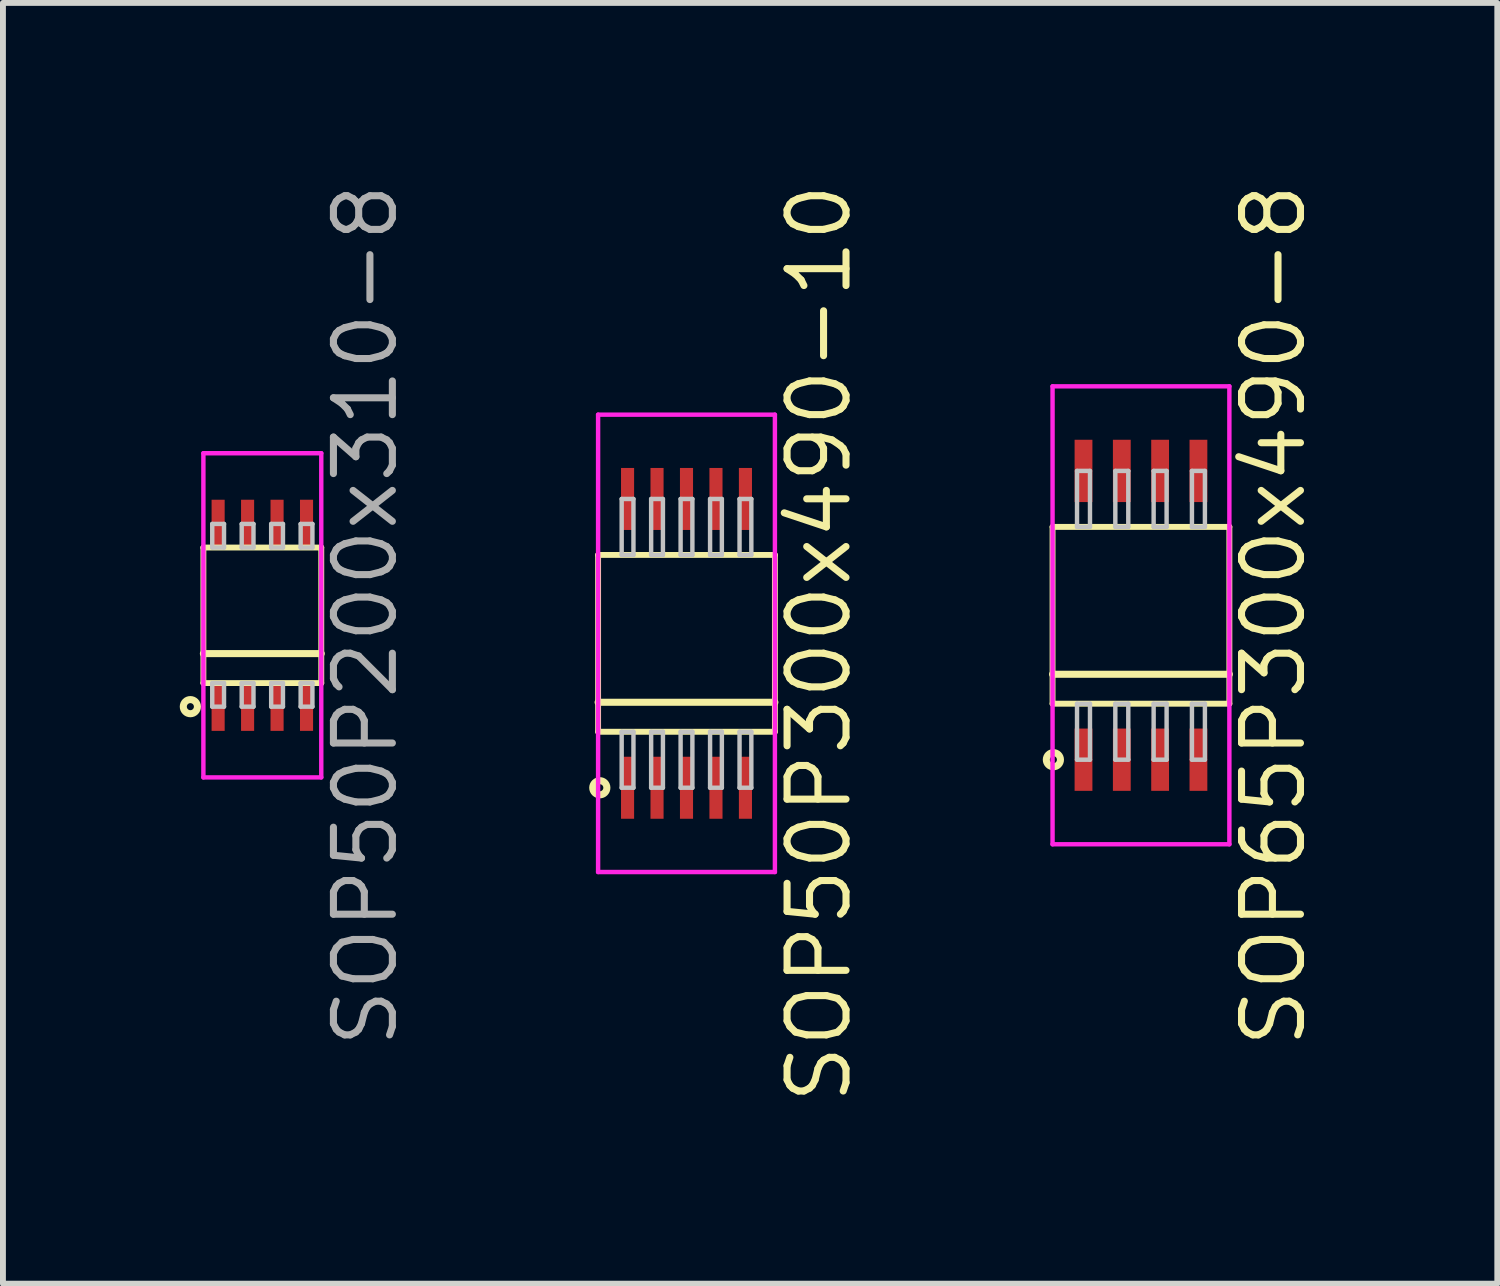
<source format=kicad_pcb>
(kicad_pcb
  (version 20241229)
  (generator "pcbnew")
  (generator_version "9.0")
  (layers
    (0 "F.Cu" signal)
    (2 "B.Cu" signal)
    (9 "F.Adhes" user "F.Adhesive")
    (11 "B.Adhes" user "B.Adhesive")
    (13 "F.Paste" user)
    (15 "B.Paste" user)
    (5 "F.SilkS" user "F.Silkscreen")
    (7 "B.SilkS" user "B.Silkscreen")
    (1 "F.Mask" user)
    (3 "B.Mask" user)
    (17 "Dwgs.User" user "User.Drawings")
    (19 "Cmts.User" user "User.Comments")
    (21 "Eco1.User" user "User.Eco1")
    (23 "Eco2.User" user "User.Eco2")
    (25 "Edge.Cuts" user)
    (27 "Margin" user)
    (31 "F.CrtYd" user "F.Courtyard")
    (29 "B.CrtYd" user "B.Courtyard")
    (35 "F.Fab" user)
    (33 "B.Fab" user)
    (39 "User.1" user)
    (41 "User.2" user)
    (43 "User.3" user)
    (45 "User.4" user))
  (footprint "SOP65P300x490-8"
    (layer "F.Cu")
    (at 16.309 7.39)
    (property "Reference" "SOP65P300x490-8" (at 2.25 0 90) (layer "F.SilkS") (effects (font (size 1 1) (thickness 0.12))))
    (attr through_hole)
    (fp_line (start -1.5 -1.5) (end -1.5 1.5) (stroke (width 0.1) (type solid)) (layer "F.SilkS"))
    (fp_line (start -1.5 1) (end 1.5 1) (stroke (width 0.12) (type solid)) (layer "F.SilkS"))
    (fp_line (start -1.5 1.5) (end 1.5 1.5) (stroke (width 0.1) (type solid)) (layer "F.SilkS"))
    (fp_line (start 1.5 -1.5) (end -1.5 -1.5) (stroke (width 0.1) (type solid)) (layer "F.SilkS"))
    (fp_line (start 1.5 1.5) (end 1.5 -1.5) (stroke (width 0.1) (type solid)) (layer "F.SilkS"))
    (fp_circle (center -1.486 2.45) (end -1.366 2.45) (stroke (width 0.12) (type solid)) (fill no) (layer "F.SilkS"))
    (fp_line (start -1.085 -2.45) (end -1.085 -1.5) (stroke (width 0.075) (type solid)) (layer "Dwgs.User"))
    (fp_line (start -1.085 -1.5) (end -0.865 -1.5) (stroke (width 0.075) (type solid)) (layer "Dwgs.User"))
    (fp_line (start -1.085 1.5) (end -0.865 1.5) (stroke (width 0.075) (type solid)) (layer "Dwgs.User"))
    (fp_line (start -1.085 2.45) (end -1.085 1.5) (stroke (width 0.075) (type solid)) (layer "Dwgs.User"))
    (fp_line (start -0.865 -2.45) (end -1.085 -2.45) (stroke (width 0.075) (type solid)) (layer "Dwgs.User"))
    (fp_line (start -0.865 -1.5) (end -0.865 -2.45) (stroke (width 0.075) (type solid)) (layer "Dwgs.User"))
    (fp_line (start -0.865 1.5) (end -0.865 2.45) (stroke (width 0.075) (type solid)) (layer "Dwgs.User"))
    (fp_line (start -0.865 2.45) (end -1.085 2.45) (stroke (width 0.075) (type solid)) (layer "Dwgs.User"))
    (fp_line (start -0.435 -2.45) (end -0.435 -1.5) (stroke (width 0.075) (type solid)) (layer "Dwgs.User"))
    (fp_line (start -0.435 -1.5) (end -0.215 -1.5) (stroke (width 0.075) (type solid)) (layer "Dwgs.User"))
    (fp_line (start -0.435 1.5) (end -0.215 1.5) (stroke (width 0.075) (type solid)) (layer "Dwgs.User"))
    (fp_line (start -0.435 2.45) (end -0.435 1.5) (stroke (width 0.075) (type solid)) (layer "Dwgs.User"))
    (fp_line (start -0.215 -2.45) (end -0.435 -2.45) (stroke (width 0.075) (type solid)) (layer "Dwgs.User"))
    (fp_line (start -0.215 -1.5) (end -0.215 -2.45) (stroke (width 0.075) (type solid)) (layer "Dwgs.User"))
    (fp_line (start -0.215 1.5) (end -0.215 2.45) (stroke (width 0.075) (type solid)) (layer "Dwgs.User"))
    (fp_line (start -0.215 2.45) (end -0.435 2.45) (stroke (width 0.075) (type solid)) (layer "Dwgs.User"))
    (fp_line (start 0.215 -2.45) (end 0.215 -1.5) (stroke (width 0.075) (type solid)) (layer "Dwgs.User"))
    (fp_line (start 0.215 -1.5) (end 0.435 -1.5) (stroke (width 0.075) (type solid)) (layer "Dwgs.User"))
    (fp_line (start 0.215 1.5) (end 0.435 1.5) (stroke (width 0.075) (type solid)) (layer "Dwgs.User"))
    (fp_line (start 0.215 2.45) (end 0.215 1.5) (stroke (width 0.075) (type solid)) (layer "Dwgs.User"))
    (fp_line (start 0.435 -2.45) (end 0.215 -2.45) (stroke (width 0.075) (type solid)) (layer "Dwgs.User"))
    (fp_line (start 0.435 -1.5) (end 0.435 -2.45) (stroke (width 0.075) (type solid)) (layer "Dwgs.User"))
    (fp_line (start 0.435 1.5) (end 0.435 2.45) (stroke (width 0.075) (type solid)) (layer "Dwgs.User"))
    (fp_line (start 0.435 2.45) (end 0.215 2.45) (stroke (width 0.075) (type solid)) (layer "Dwgs.User"))
    (fp_line (start 0.865 -2.45) (end 0.865 -1.5) (stroke (width 0.075) (type solid)) (layer "Dwgs.User"))
    (fp_line (start 0.865 -1.5) (end 1.085 -1.5) (stroke (width 0.075) (type solid)) (layer "Dwgs.User"))
    (fp_line (start 0.865 1.5) (end 1.085 1.5) (stroke (width 0.075) (type solid)) (layer "Dwgs.User"))
    (fp_line (start 0.865 2.45) (end 0.865 1.5) (stroke (width 0.075) (type solid)) (layer "Dwgs.User"))
    (fp_line (start 1.085 -2.45) (end 0.865 -2.45) (stroke (width 0.075) (type solid)) (layer "Dwgs.User"))
    (fp_line (start 1.085 -1.5) (end 1.085 -2.45) (stroke (width 0.075) (type solid)) (layer "Dwgs.User"))
    (fp_line (start 1.085 1.5) (end 1.085 2.45) (stroke (width 0.075) (type solid)) (layer "Dwgs.User"))
    (fp_line (start 1.085 2.45) (end 0.865 2.45) (stroke (width 0.075) (type solid)) (layer "Dwgs.User"))
    (fp_line (start -0.75 0) (end 0.75 0) (stroke (width 0.12) (type solid)) (layer "Eco1.User"))
    (fp_line (start 0 -0.75) (end 0 0.75) (stroke (width 0.12) (type solid)) (layer "Eco1.User"))
    (fp_circle (center 0 0) (end 0.5 0) (stroke (width 0.12) (type solid)) (fill no) (layer "Eco1.User"))
    (fp_line (start -1.5 -3.885) (end -1.5 3.885) (stroke (width 0.075) (type solid)) (layer "F.CrtYd"))
    (fp_line (start -1.5 3.885) (end 1.5 3.885) (stroke (width 0.075) (type solid)) (layer "F.CrtYd"))
    (fp_line (start 1.5 -3.885) (end -1.5 -3.885) (stroke (width 0.075) (type solid)) (layer "F.CrtYd"))
    (fp_line (start 1.5 3.885) (end 1.5 -3.885) (stroke (width 0.075) (type solid)) (layer "F.CrtYd"))
    (pad "1" smd rect (at -0.975 2.45) (size 0.302 1.057) (layers "F.Cu" "F.Mask" "F.Paste"))
    (pad "2" smd rect (at -0.325 2.45) (size 0.302 1.057) (layers "F.Cu" "F.Mask" "F.Paste"))
    (pad "3" smd rect (at 0.325 2.45) (size 0.302 1.057) (layers "F.Cu" "F.Mask" "F.Paste"))
    (pad "4" smd rect (at 0.975 2.45) (size 0.302 1.057) (layers "F.Cu" "F.Mask" "F.Paste"))
    (pad "5" smd rect (at 0.975 -2.45) (size 0.302 1.057) (layers "F.Cu" "F.Mask" "F.Paste"))
    (pad "6" smd rect (at 0.325 -2.45) (size 0.302 1.057) (layers "F.Cu" "F.Mask" "F.Paste"))
    (pad "7" smd rect (at -0.325 -2.45) (size 0.302 1.057) (layers "F.Cu" "F.Mask" "F.Paste"))
    (pad "8" smd rect (at -0.975 -2.45) (size 0.302 1.057) (layers "F.Cu" "F.Mask" "F.Paste")))
  (footprint "SOP50P200x310-8"
    (layer "F.Cu")
    (at 1.401 7.39)
    (property "Reference" "SOP50P200x310-8" (at 1.75 0 90) (layer "F.Fab") (effects (font (size 1 1) (thickness 0.12))))
    (attr through_hole)
    (fp_line (start -1 -1.15) (end -1 1.15) (stroke (width 0.1) (type solid)) (layer "F.SilkS"))
    (fp_line (start -1 0.65) (end 1 0.65) (stroke (width 0.12) (type solid)) (layer "F.SilkS"))
    (fp_line (start -1 1.15) (end 1 1.15) (stroke (width 0.1) (type solid)) (layer "F.SilkS"))
    (fp_line (start 1 -1.15) (end -1 -1.15) (stroke (width 0.1) (type solid)) (layer "F.SilkS"))
    (fp_line (start 1 1.15) (end 1 -1.15) (stroke (width 0.1) (type solid)) (layer "F.SilkS"))
    (fp_circle (center -1.221 1.55) (end -1.101 1.55) (stroke (width 0.12) (type solid)) (fill no) (layer "F.SilkS"))
    (fp_line (start -0.85 -1.55) (end -0.85 -1.15) (stroke (width 0.075) (type solid)) (layer "Dwgs.User"))
    (fp_line (start -0.85 -1.15) (end -0.65 -1.15) (stroke (width 0.075) (type solid)) (layer "Dwgs.User"))
    (fp_line (start -0.85 1.15) (end -0.65 1.15) (stroke (width 0.075) (type solid)) (layer "Dwgs.User"))
    (fp_line (start -0.85 1.55) (end -0.85 1.15) (stroke (width 0.075) (type solid)) (layer "Dwgs.User"))
    (fp_line (start -0.65 -1.55) (end -0.85 -1.55) (stroke (width 0.075) (type solid)) (layer "Dwgs.User"))
    (fp_line (start -0.65 -1.15) (end -0.65 -1.55) (stroke (width 0.075) (type solid)) (layer "Dwgs.User"))
    (fp_line (start -0.65 1.15) (end -0.65 1.55) (stroke (width 0.075) (type solid)) (layer "Dwgs.User"))
    (fp_line (start -0.65 1.55) (end -0.85 1.55) (stroke (width 0.075) (type solid)) (layer "Dwgs.User"))
    (fp_line (start -0.35 -1.55) (end -0.35 -1.15) (stroke (width 0.075) (type solid)) (layer "Dwgs.User"))
    (fp_line (start -0.35 -1.15) (end -0.15 -1.15) (stroke (width 0.075) (type solid)) (layer "Dwgs.User"))
    (fp_line (start -0.35 1.15) (end -0.15 1.15) (stroke (width 0.075) (type solid)) (layer "Dwgs.User"))
    (fp_line (start -0.35 1.55) (end -0.35 1.15) (stroke (width 0.075) (type solid)) (layer "Dwgs.User"))
    (fp_line (start -0.15 -1.55) (end -0.35 -1.55) (stroke (width 0.075) (type solid)) (layer "Dwgs.User"))
    (fp_line (start -0.15 -1.15) (end -0.15 -1.55) (stroke (width 0.075) (type solid)) (layer "Dwgs.User"))
    (fp_line (start -0.15 1.15) (end -0.15 1.55) (stroke (width 0.075) (type solid)) (layer "Dwgs.User"))
    (fp_line (start -0.15 1.55) (end -0.35 1.55) (stroke (width 0.075) (type solid)) (layer "Dwgs.User"))
    (fp_line (start 0.15 -1.55) (end 0.15 -1.15) (stroke (width 0.075) (type solid)) (layer "Dwgs.User"))
    (fp_line (start 0.15 -1.15) (end 0.35 -1.15) (stroke (width 0.075) (type solid)) (layer "Dwgs.User"))
    (fp_line (start 0.15 1.15) (end 0.35 1.15) (stroke (width 0.075) (type solid)) (layer "Dwgs.User"))
    (fp_line (start 0.15 1.55) (end 0.15 1.15) (stroke (width 0.075) (type solid)) (layer "Dwgs.User"))
    (fp_line (start 0.35 -1.55) (end 0.15 -1.55) (stroke (width 0.075) (type solid)) (layer "Dwgs.User"))
    (fp_line (start 0.35 -1.15) (end 0.35 -1.55) (stroke (width 0.075) (type solid)) (layer "Dwgs.User"))
    (fp_line (start 0.35 1.15) (end 0.35 1.55) (stroke (width 0.075) (type solid)) (layer "Dwgs.User"))
    (fp_line (start 0.35 1.55) (end 0.15 1.55) (stroke (width 0.075) (type solid)) (layer "Dwgs.User"))
    (fp_line (start 0.65 -1.55) (end 0.65 -1.15) (stroke (width 0.075) (type solid)) (layer "Dwgs.User"))
    (fp_line (start 0.65 -1.15) (end 0.85 -1.15) (stroke (width 0.075) (type solid)) (layer "Dwgs.User"))
    (fp_line (start 0.65 1.15) (end 0.85 1.15) (stroke (width 0.075) (type solid)) (layer "Dwgs.User"))
    (fp_line (start 0.65 1.55) (end 0.65 1.15) (stroke (width 0.075) (type solid)) (layer "Dwgs.User"))
    (fp_line (start 0.85 -1.55) (end 0.65 -1.55) (stroke (width 0.075) (type solid)) (layer "Dwgs.User"))
    (fp_line (start 0.85 -1.15) (end 0.85 -1.55) (stroke (width 0.075) (type solid)) (layer "Dwgs.User"))
    (fp_line (start 0.85 1.15) (end 0.85 1.55) (stroke (width 0.075) (type solid)) (layer "Dwgs.User"))
    (fp_line (start 0.85 1.55) (end 0.65 1.55) (stroke (width 0.075) (type solid)) (layer "Dwgs.User"))
    (fp_line (start -0.75 0) (end 0.75 0) (stroke (width 0.12) (type solid)) (layer "Eco1.User"))
    (fp_line (start 0 -0.75) (end 0 0.75) (stroke (width 0.12) (type solid)) (layer "Eco1.User"))
    (fp_circle (center 0 0) (end 0.5 0) (stroke (width 0.12) (type solid)) (fill no) (layer "Eco1.User"))
    (fp_line (start -1 -2.75) (end -1 2.75) (stroke (width 0.075) (type solid)) (layer "F.CrtYd"))
    (fp_line (start -1 2.75) (end 1 2.75) (stroke (width 0.075) (type solid)) (layer "F.CrtYd"))
    (fp_line (start 1 -2.75) (end -1 -2.75) (stroke (width 0.075) (type solid)) (layer "F.CrtYd"))
    (fp_line (start 1 2.75) (end 1 -2.75) (stroke (width 0.075) (type solid)) (layer "F.CrtYd"))
    (pad "1" smd rect (at -0.75 1.55) (size 0.222 0.822) (layers "F.Cu" "F.Mask" "F.Paste"))
    (pad "2" smd rect (at -0.25 1.55) (size 0.222 0.822) (layers "F.Cu" "F.Mask" "F.Paste"))
    (pad "3" smd rect (at 0.25 1.55) (size 0.222 0.822) (layers "F.Cu" "F.Mask" "F.Paste"))
    (pad "4" smd rect (at 0.75 1.55) (size 0.222 0.822) (layers "F.Cu" "F.Mask" "F.Paste"))
    (pad "5" smd rect (at 0.75 -1.55) (size 0.222 0.822) (layers "F.Cu" "F.Mask" "F.Paste"))
    (pad "6" smd rect (at 0.25 -1.55) (size 0.222 0.822) (layers "F.Cu" "F.Mask" "F.Paste"))
    (pad "7" smd rect (at -0.25 -1.55) (size 0.222 0.822) (layers "F.Cu" "F.Mask" "F.Paste"))
    (pad "8" smd rect (at -0.75 -1.55) (size 0.222 0.822) (layers "F.Cu" "F.Mask" "F.Paste")))
  (footprint "SOP50P300x490-10"
    (layer "F.Cu")
    (at 8.598 7.866)
    (property "Reference" "SOP50P300x490-10" (at 2.25 0 90) (layer "F.SilkS") (effects (font (size 1 1) (thickness 0.12))))
    (attr through_hole)
    (fp_line (start -1.5 -1.5) (end -1.5 1.5) (stroke (width 0.1) (type solid)) (layer "F.SilkS"))
    (fp_line (start -1.5 1) (end 1.5 1) (stroke (width 0.12) (type solid)) (layer "F.SilkS"))
    (fp_line (start -1.5 1.5) (end 1.5 1.5) (stroke (width 0.1) (type solid)) (layer "F.SilkS"))
    (fp_line (start 1.5 -1.5) (end -1.5 -1.5) (stroke (width 0.1) (type solid)) (layer "F.SilkS"))
    (fp_line (start 1.5 1.5) (end 1.5 -1.5) (stroke (width 0.1) (type solid)) (layer "F.SilkS"))
    (fp_circle (center -1.471 2.45) (end -1.351 2.45) (stroke (width 0.12) (type solid)) (fill no) (layer "F.SilkS"))
    (fp_line (start -1.1 -2.45) (end -1.1 -1.5) (stroke (width 0.075) (type solid)) (layer "Dwgs.User"))
    (fp_line (start -1.1 -1.5) (end -0.9 -1.5) (stroke (width 0.075) (type solid)) (layer "Dwgs.User"))
    (fp_line (start -1.1 1.5) (end -0.9 1.5) (stroke (width 0.075) (type solid)) (layer "Dwgs.User"))
    (fp_line (start -1.1 2.45) (end -1.1 1.5) (stroke (width 0.075) (type solid)) (layer "Dwgs.User"))
    (fp_line (start -0.9 -2.45) (end -1.1 -2.45) (stroke (width 0.075) (type solid)) (layer "Dwgs.User"))
    (fp_line (start -0.9 -1.5) (end -0.9 -2.45) (stroke (width 0.075) (type solid)) (layer "Dwgs.User"))
    (fp_line (start -0.9 1.5) (end -0.9 2.45) (stroke (width 0.075) (type solid)) (layer "Dwgs.User"))
    (fp_line (start -0.9 2.45) (end -1.1 2.45) (stroke (width 0.075) (type solid)) (layer "Dwgs.User"))
    (fp_line (start -0.6 -2.45) (end -0.6 -1.5) (stroke (width 0.075) (type solid)) (layer "Dwgs.User"))
    (fp_line (start -0.6 -1.5) (end -0.4 -1.5) (stroke (width 0.075) (type solid)) (layer "Dwgs.User"))
    (fp_line (start -0.6 1.5) (end -0.4 1.5) (stroke (width 0.075) (type solid)) (layer "Dwgs.User"))
    (fp_line (start -0.6 2.45) (end -0.6 1.5) (stroke (width 0.075) (type solid)) (layer "Dwgs.User"))
    (fp_line (start -0.4 -2.45) (end -0.6 -2.45) (stroke (width 0.075) (type solid)) (layer "Dwgs.User"))
    (fp_line (start -0.4 -1.5) (end -0.4 -2.45) (stroke (width 0.075) (type solid)) (layer "Dwgs.User"))
    (fp_line (start -0.4 1.5) (end -0.4 2.45) (stroke (width 0.075) (type solid)) (layer "Dwgs.User"))
    (fp_line (start -0.4 2.45) (end -0.6 2.45) (stroke (width 0.075) (type solid)) (layer "Dwgs.User"))
    (fp_line (start -0.1 -2.45) (end -0.1 -1.5) (stroke (width 0.075) (type solid)) (layer "Dwgs.User"))
    (fp_line (start -0.1 -1.5) (end 0.1 -1.5) (stroke (width 0.075) (type solid)) (layer "Dwgs.User"))
    (fp_line (start -0.1 1.5) (end 0.1 1.5) (stroke (width 0.075) (type solid)) (layer "Dwgs.User"))
    (fp_line (start -0.1 2.45) (end -0.1 1.5) (stroke (width 0.075) (type solid)) (layer "Dwgs.User"))
    (fp_line (start 0.1 -2.45) (end -0.1 -2.45) (stroke (width 0.075) (type solid)) (layer "Dwgs.User"))
    (fp_line (start 0.1 -1.5) (end 0.1 -2.45) (stroke (width 0.075) (type solid)) (layer "Dwgs.User"))
    (fp_line (start 0.1 1.5) (end 0.1 2.45) (stroke (width 0.075) (type solid)) (layer "Dwgs.User"))
    (fp_line (start 0.1 2.45) (end -0.1 2.45) (stroke (width 0.075) (type solid)) (layer "Dwgs.User"))
    (fp_line (start 0.4 -2.45) (end 0.4 -1.5) (stroke (width 0.075) (type solid)) (layer "Dwgs.User"))
    (fp_line (start 0.4 -1.5) (end 0.6 -1.5) (stroke (width 0.075) (type solid)) (layer "Dwgs.User"))
    (fp_line (start 0.4 1.5) (end 0.6 1.5) (stroke (width 0.075) (type solid)) (layer "Dwgs.User"))
    (fp_line (start 0.4 2.45) (end 0.4 1.5) (stroke (width 0.075) (type solid)) (layer "Dwgs.User"))
    (fp_line (start 0.6 -2.45) (end 0.4 -2.45) (stroke (width 0.075) (type solid)) (layer "Dwgs.User"))
    (fp_line (start 0.6 -1.5) (end 0.6 -2.45) (stroke (width 0.075) (type solid)) (layer "Dwgs.User"))
    (fp_line (start 0.6 1.5) (end 0.6 2.45) (stroke (width 0.075) (type solid)) (layer "Dwgs.User"))
    (fp_line (start 0.6 2.45) (end 0.4 2.45) (stroke (width 0.075) (type solid)) (layer "Dwgs.User"))
    (fp_line (start 0.9 -2.45) (end 0.9 -1.5) (stroke (width 0.075) (type solid)) (layer "Dwgs.User"))
    (fp_line (start 0.9 -1.5) (end 1.1 -1.5) (stroke (width 0.075) (type solid)) (layer "Dwgs.User"))
    (fp_line (start 0.9 1.5) (end 1.1 1.5) (stroke (width 0.075) (type solid)) (layer "Dwgs.User"))
    (fp_line (start 0.9 2.45) (end 0.9 1.5) (stroke (width 0.075) (type solid)) (layer "Dwgs.User"))
    (fp_line (start 1.1 -2.45) (end 0.9 -2.45) (stroke (width 0.075) (type solid)) (layer "Dwgs.User"))
    (fp_line (start 1.1 -1.5) (end 1.1 -2.45) (stroke (width 0.075) (type solid)) (layer "Dwgs.User"))
    (fp_line (start 1.1 1.5) (end 1.1 2.45) (stroke (width 0.075) (type solid)) (layer "Dwgs.User"))
    (fp_line (start 1.1 2.45) (end 0.9 2.45) (stroke (width 0.075) (type solid)) (layer "Dwgs.User"))
    (fp_line (start -0.75 0) (end 0.75 0) (stroke (width 0.12) (type solid)) (layer "Eco1.User"))
    (fp_line (start 0 -0.75) (end 0 0.75) (stroke (width 0.12) (type solid)) (layer "Eco1.User"))
    (fp_circle (center 0 0) (end 0.5 0) (stroke (width 0.12) (type solid)) (fill no) (layer "Eco1.User"))
    (fp_line (start -1.5 -3.88) (end -1.5 3.88) (stroke (width 0.075) (type solid)) (layer "F.CrtYd"))
    (fp_line (start -1.5 3.88) (end 1.5 3.88) (stroke (width 0.075) (type solid)) (layer "F.CrtYd"))
    (fp_line (start 1.5 -3.88) (end -1.5 -3.88) (stroke (width 0.075) (type solid)) (layer "F.CrtYd"))
    (fp_line (start 1.5 3.88) (end 1.5 -3.88) (stroke (width 0.075) (type solid)) (layer "F.CrtYd"))
    (pad "1" smd rect (at -1 2.45) (size 0.222 1.052) (layers "F.Cu" "F.Mask" "F.Paste"))
    (pad "2" smd rect (at -0.5 2.45) (size 0.222 1.052) (layers "F.Cu" "F.Mask" "F.Paste"))
    (pad "3" smd rect (at 0 2.45) (size 0.222 1.052) (layers "F.Cu" "F.Mask" "F.Paste"))
    (pad "4" smd rect (at 0.5 2.45) (size 0.222 1.052) (layers "F.Cu" "F.Mask" "F.Paste"))
    (pad "5" smd rect (at 1 2.45) (size 0.222 1.052) (layers "F.Cu" "F.Mask" "F.Paste"))
    (pad "6" smd rect (at 1 -2.45) (size 0.222 1.052) (layers "F.Cu" "F.Mask" "F.Paste"))
    (pad "7" smd rect (at 0.5 -2.45) (size 0.222 1.052) (layers "F.Cu" "F.Mask" "F.Paste"))
    (pad "8" smd rect (at 0 -2.45) (size 0.222 1.052) (layers "F.Cu" "F.Mask" "F.Paste"))
    (pad "9" smd rect (at -0.5 -2.45) (size 0.222 1.052) (layers "F.Cu" "F.Mask" "F.Paste"))
    (pad "10" smd rect (at -1 -2.45) (size 0.222 1.052) (layers "F.Cu" "F.Mask" "F.Paste")))
  (gr_rect
    (start -3 -3)
    (end 22.355 18.731)
    (stroke (width 0.1) (type default))
    (fill no)
    (layer "Edge.Cuts")))
</source>
